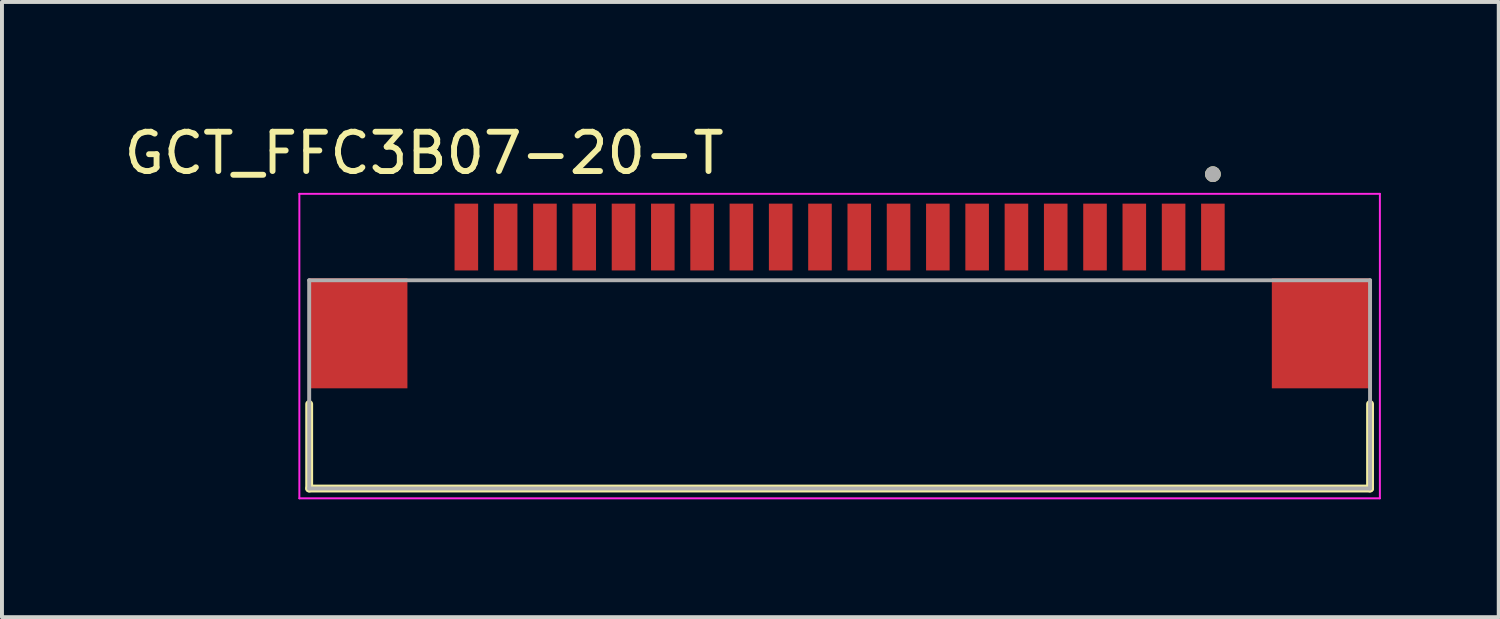
<source format=kicad_pcb>
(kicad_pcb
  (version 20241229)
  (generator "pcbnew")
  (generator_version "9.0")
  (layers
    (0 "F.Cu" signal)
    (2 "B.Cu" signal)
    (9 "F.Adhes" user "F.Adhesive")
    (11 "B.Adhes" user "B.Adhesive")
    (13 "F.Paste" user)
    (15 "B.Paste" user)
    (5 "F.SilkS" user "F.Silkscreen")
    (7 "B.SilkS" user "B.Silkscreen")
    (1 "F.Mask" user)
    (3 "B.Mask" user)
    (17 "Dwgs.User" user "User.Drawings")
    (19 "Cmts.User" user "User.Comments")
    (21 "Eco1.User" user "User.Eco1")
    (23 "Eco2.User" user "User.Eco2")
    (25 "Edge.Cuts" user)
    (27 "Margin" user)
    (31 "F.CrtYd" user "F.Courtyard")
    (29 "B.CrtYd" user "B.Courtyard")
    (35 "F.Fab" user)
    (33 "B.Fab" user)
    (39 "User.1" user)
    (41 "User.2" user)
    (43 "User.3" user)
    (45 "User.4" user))
  (footprint "GCT_FFC3B07-20-T"
    (layer "F.Cu")
    (at 18.319 5.433)
    (property "Reference" "GCT_FFC3B07-20-T" (at -10.575 -4.585 0) (layer "F.SilkS") (effects (font (size 1 1) (thickness 0.15))))
    (attr through_hole)
    (fp_line (start -13.5 1.8) (end -13.5 3.95) (stroke (width 0.2) (type solid)) (layer "F.SilkS"))
    (fp_line (start -13.5 3.95) (end 13.5 3.95) (stroke (width 0.2) (type solid)) (layer "F.SilkS"))
    (fp_line (start 13.5 3.95) (end 13.5 1.8) (stroke (width 0.2) (type solid)) (layer "F.SilkS"))
    (fp_circle (center 9.5 -4.05) (end 9.6 -4.05) (stroke (width 0.2) (type solid)) (fill no) (layer "F.SilkS"))
    (fp_line (start -13.75 -3.55) (end -13.75 4.2) (stroke (width 0.05) (type solid)) (layer "F.CrtYd"))
    (fp_line (start -13.75 4.2) (end 13.75 4.2) (stroke (width 0.05) (type solid)) (layer "F.CrtYd"))
    (fp_line (start 13.75 -3.55) (end -13.75 -3.55) (stroke (width 0.05) (type solid)) (layer "F.CrtYd"))
    (fp_line (start 13.75 4.2) (end 13.75 -3.55) (stroke (width 0.05) (type solid)) (layer "F.CrtYd"))
    (fp_line (start -13.5 -1.35) (end 13.5 -1.35) (stroke (width 0.1) (type solid)) (layer "F.Fab"))
    (fp_line (start -13.5 3.95) (end -13.5 -1.35) (stroke (width 0.1) (type solid)) (layer "F.Fab"))
    (fp_line (start 13.5 -1.35) (end 13.5 3.95) (stroke (width 0.1) (type solid)) (layer "F.Fab"))
    (fp_line (start 13.5 3.95) (end -13.5 3.95) (stroke (width 0.1) (type solid)) (layer "F.Fab"))
    (fp_circle (center 9.5 -4.05) (end 9.6 -4.05) (stroke (width 0.2) (type solid)) (fill no) (layer "F.Fab"))
    (pad "1" smd rect (at 9.5 -2.45) (size 0.6 1.7) (layers "F.Cu" "F.Mask" "F.Paste"))
    (pad "2" smd rect (at 8.5 -2.45) (size 0.6 1.7) (layers "F.Cu" "F.Mask" "F.Paste"))
    (pad "3" smd rect (at 7.5 -2.45) (size 0.6 1.7) (layers "F.Cu" "F.Mask" "F.Paste"))
    (pad "4" smd rect (at 6.5 -2.45) (size 0.6 1.7) (layers "F.Cu" "F.Mask" "F.Paste"))
    (pad "5" smd rect (at 5.5 -2.45) (size 0.6 1.7) (layers "F.Cu" "F.Mask" "F.Paste"))
    (pad "6" smd rect (at 4.5 -2.45) (size 0.6 1.7) (layers "F.Cu" "F.Mask" "F.Paste"))
    (pad "7" smd rect (at 3.5 -2.45) (size 0.6 1.7) (layers "F.Cu" "F.Mask" "F.Paste"))
    (pad "8" smd rect (at 2.5 -2.45) (size 0.6 1.7) (layers "F.Cu" "F.Mask" "F.Paste"))
    (pad "9" smd rect (at 1.5 -2.45) (size 0.6 1.7) (layers "F.Cu" "F.Mask" "F.Paste"))
    (pad "10" smd rect (at 0.5 -2.45) (size 0.6 1.7) (layers "F.Cu" "F.Mask" "F.Paste"))
    (pad "11" smd rect (at -0.5 -2.45) (size 0.6 1.7) (layers "F.Cu" "F.Mask" "F.Paste"))
    (pad "12" smd rect (at -1.5 -2.45) (size 0.6 1.7) (layers "F.Cu" "F.Mask" "F.Paste"))
    (pad "13" smd rect (at -2.5 -2.45) (size 0.6 1.7) (layers "F.Cu" "F.Mask" "F.Paste"))
    (pad "14" smd rect (at -3.5 -2.45) (size 0.6 1.7) (layers "F.Cu" "F.Mask" "F.Paste"))
    (pad "15" smd rect (at -4.5 -2.45) (size 0.6 1.7) (layers "F.Cu" "F.Mask" "F.Paste"))
    (pad "16" smd rect (at -5.5 -2.45) (size 0.6 1.7) (layers "F.Cu" "F.Mask" "F.Paste"))
    (pad "17" smd rect (at -6.5 -2.45) (size 0.6 1.7) (layers "F.Cu" "F.Mask" "F.Paste"))
    (pad "18" smd rect (at -7.5 -2.45) (size 0.6 1.7) (layers "F.Cu" "F.Mask" "F.Paste"))
    (pad "19" smd rect (at -8.5 -2.45) (size 0.6 1.7) (layers "F.Cu" "F.Mask" "F.Paste"))
    (pad "20" smd rect (at -9.5 -2.45) (size 0.6 1.7) (layers "F.Cu" "F.Mask" "F.Paste"))
    (pad "S1" smd rect (at 12.25 0) (size 2.5 2.8) (layers "F.Cu" "F.Mask" "F.Paste"))
    (pad "S2" smd rect (at -12.25 0) (size 2.5 2.8) (layers "F.Cu" "F.Mask" "F.Paste")))
  (gr_rect
    (start -3 -3)
    (end 35.094 12.658)
    (stroke (width 0.1) (type default))
    (fill no)
    (layer "Edge.Cuts")))
</source>
